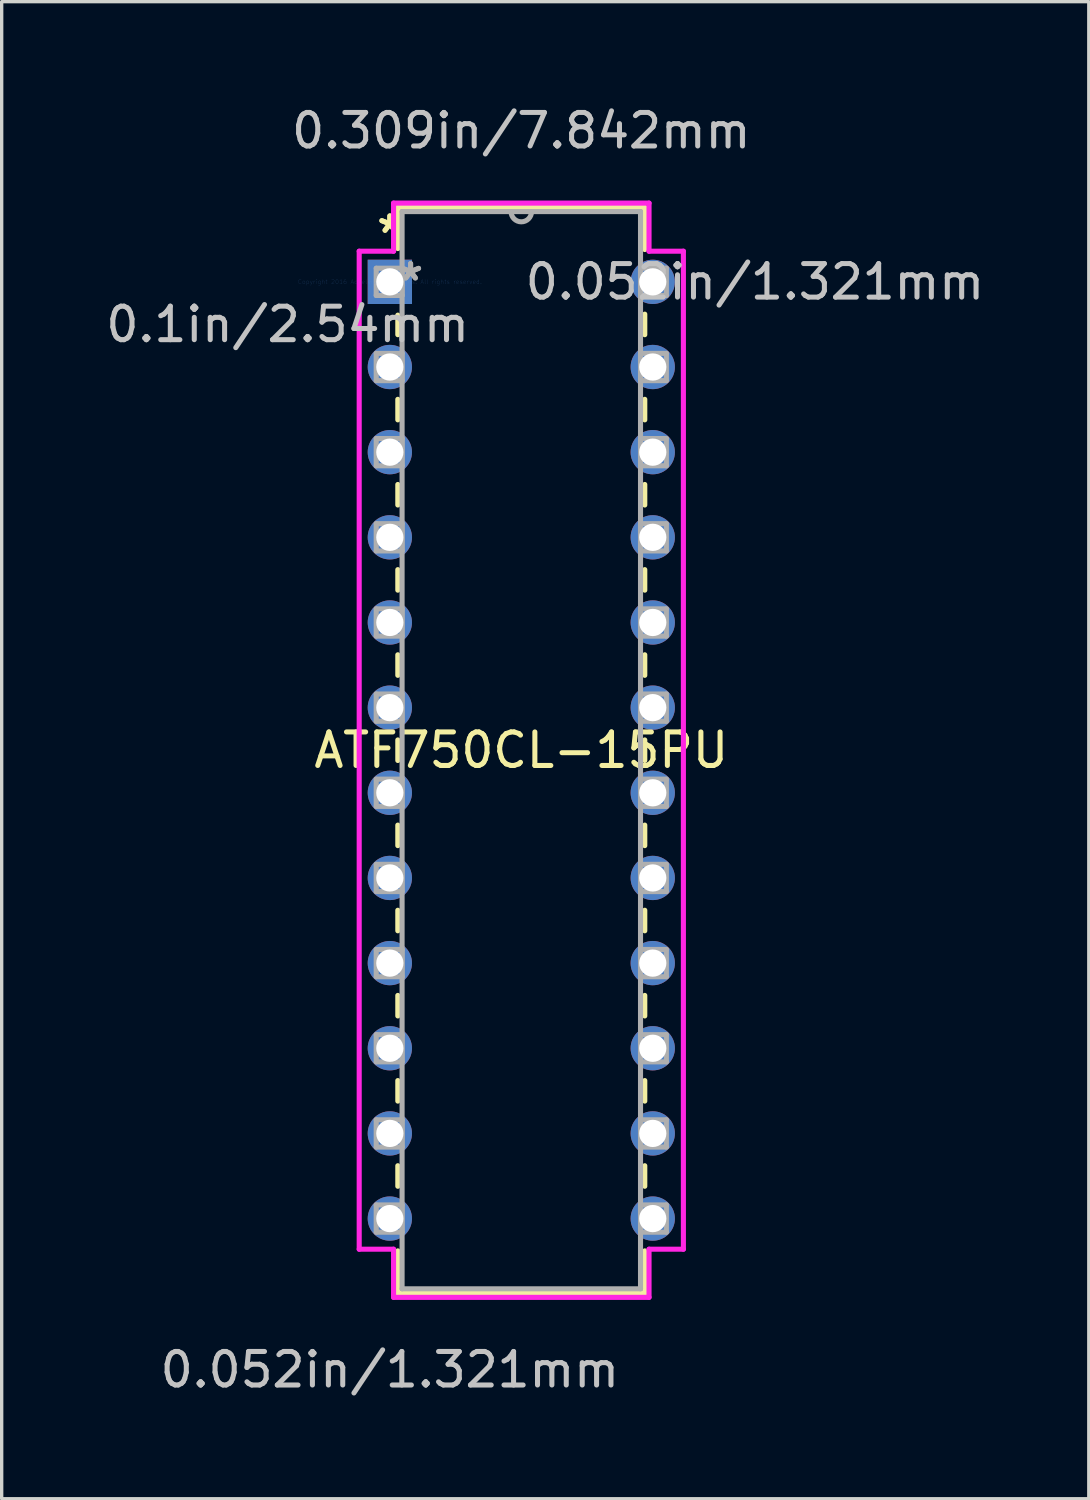
<source format=kicad_pcb>
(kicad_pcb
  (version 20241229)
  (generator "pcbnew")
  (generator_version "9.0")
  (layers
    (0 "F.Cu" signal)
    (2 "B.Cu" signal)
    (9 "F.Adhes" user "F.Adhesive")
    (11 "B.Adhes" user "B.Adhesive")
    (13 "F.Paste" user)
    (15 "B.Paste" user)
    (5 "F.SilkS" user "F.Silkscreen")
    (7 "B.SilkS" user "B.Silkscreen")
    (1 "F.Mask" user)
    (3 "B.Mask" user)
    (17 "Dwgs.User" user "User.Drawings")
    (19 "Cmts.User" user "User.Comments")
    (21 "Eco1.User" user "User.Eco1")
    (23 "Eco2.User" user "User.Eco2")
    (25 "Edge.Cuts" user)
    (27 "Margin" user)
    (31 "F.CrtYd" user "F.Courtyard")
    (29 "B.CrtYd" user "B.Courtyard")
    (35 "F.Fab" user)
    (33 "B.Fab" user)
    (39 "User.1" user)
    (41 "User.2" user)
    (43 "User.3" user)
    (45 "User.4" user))
  (footprint "ATF750CL-15PU"
    (layer "F.Cu")
    (at 8.578 5.357)
    (property "Reference" "ATF750CL-15PU" (at 3.921 13.97 0) (layer "F.SilkS") (effects (font (size 1 1) (thickness 0.15))))
    (attr through_hole)
    (fp_line (start 0.238 -2.223) (end 0.238 -0.993) (stroke (width 0.152) (type solid)) (layer "F.SilkS"))
    (fp_line (start 0.238 0.993) (end 0.238 1.576) (stroke (width 0.152) (type solid)) (layer "F.SilkS"))
    (fp_line (start 0.238 3.504) (end 0.238 4.116) (stroke (width 0.152) (type solid)) (layer "F.SilkS"))
    (fp_line (start 0.238 6.044) (end 0.238 6.656) (stroke (width 0.152) (type solid)) (layer "F.SilkS"))
    (fp_line (start 0.238 8.584) (end 0.238 9.196) (stroke (width 0.152) (type solid)) (layer "F.SilkS"))
    (fp_line (start 0.238 11.124) (end 0.238 11.736) (stroke (width 0.152) (type solid)) (layer "F.SilkS"))
    (fp_line (start 0.238 13.664) (end 0.238 14.276) (stroke (width 0.152) (type solid)) (layer "F.SilkS"))
    (fp_line (start 0.238 16.204) (end 0.238 16.816) (stroke (width 0.152) (type solid)) (layer "F.SilkS"))
    (fp_line (start 0.238 18.744) (end 0.238 19.356) (stroke (width 0.152) (type solid)) (layer "F.SilkS"))
    (fp_line (start 0.238 21.284) (end 0.238 21.896) (stroke (width 0.152) (type solid)) (layer "F.SilkS"))
    (fp_line (start 0.238 23.824) (end 0.238 24.436) (stroke (width 0.152) (type solid)) (layer "F.SilkS"))
    (fp_line (start 0.238 26.364) (end 0.238 26.976) (stroke (width 0.152) (type solid)) (layer "F.SilkS"))
    (fp_line (start 0.238 28.904) (end 0.238 30.163) (stroke (width 0.152) (type solid)) (layer "F.SilkS"))
    (fp_line (start 0.238 30.163) (end 7.604 30.163) (stroke (width 0.152) (type solid)) (layer "F.SilkS"))
    (fp_line (start 7.604 -2.223) (end 0.238 -2.223) (stroke (width 0.152) (type solid)) (layer "F.SilkS"))
    (fp_line (start 7.604 -0.964) (end 7.604 -2.223) (stroke (width 0.152) (type solid)) (layer "F.SilkS"))
    (fp_line (start 7.604 1.576) (end 7.604 0.964) (stroke (width 0.152) (type solid)) (layer "F.SilkS"))
    (fp_line (start 7.604 4.116) (end 7.604 3.504) (stroke (width 0.152) (type solid)) (layer "F.SilkS"))
    (fp_line (start 7.604 6.656) (end 7.604 6.044) (stroke (width 0.152) (type solid)) (layer "F.SilkS"))
    (fp_line (start 7.604 9.196) (end 7.604 8.584) (stroke (width 0.152) (type solid)) (layer "F.SilkS"))
    (fp_line (start 7.604 11.736) (end 7.604 11.124) (stroke (width 0.152) (type solid)) (layer "F.SilkS"))
    (fp_line (start 7.604 14.276) (end 7.604 13.664) (stroke (width 0.152) (type solid)) (layer "F.SilkS"))
    (fp_line (start 7.604 16.816) (end 7.604 16.204) (stroke (width 0.152) (type solid)) (layer "F.SilkS"))
    (fp_line (start 7.604 19.356) (end 7.604 18.744) (stroke (width 0.152) (type solid)) (layer "F.SilkS"))
    (fp_line (start 7.604 21.896) (end 7.604 21.284) (stroke (width 0.152) (type solid)) (layer "F.SilkS"))
    (fp_line (start 7.604 24.436) (end 7.604 23.824) (stroke (width 0.152) (type solid)) (layer "F.SilkS"))
    (fp_line (start 7.604 26.976) (end 7.604 26.364) (stroke (width 0.152) (type solid)) (layer "F.SilkS"))
    (fp_line (start 7.604 30.163) (end 7.604 28.904) (stroke (width 0.152) (type solid)) (layer "F.SilkS"))
    (fp_line (start -0.914 -0.914) (end -0.914 28.854) (stroke (width 0.152) (type solid)) (layer "F.CrtYd"))
    (fp_line (start -0.914 28.854) (end 0.111 28.854) (stroke (width 0.152) (type solid)) (layer "F.CrtYd"))
    (fp_line (start 0.111 -2.349) (end 0.111 -0.914) (stroke (width 0.152) (type solid)) (layer "F.CrtYd"))
    (fp_line (start 0.111 -0.914) (end -0.914 -0.914) (stroke (width 0.152) (type solid)) (layer "F.CrtYd"))
    (fp_line (start 0.111 28.854) (end 0.111 30.29) (stroke (width 0.152) (type solid)) (layer "F.CrtYd"))
    (fp_line (start 0.111 30.29) (end 7.731 30.29) (stroke (width 0.152) (type solid)) (layer "F.CrtYd"))
    (fp_line (start 7.731 -2.349) (end 0.111 -2.349) (stroke (width 0.152) (type solid)) (layer "F.CrtYd"))
    (fp_line (start 7.731 -0.914) (end 7.731 -2.349) (stroke (width 0.152) (type solid)) (layer "F.CrtYd"))
    (fp_line (start 7.731 28.854) (end 8.756 28.854) (stroke (width 0.152) (type solid)) (layer "F.CrtYd"))
    (fp_line (start 7.731 30.29) (end 7.731 28.854) (stroke (width 0.152) (type solid)) (layer "F.CrtYd"))
    (fp_line (start 8.756 -0.914) (end 7.731 -0.914) (stroke (width 0.152) (type solid)) (layer "F.CrtYd"))
    (fp_line (start 8.756 28.854) (end 8.756 -0.914) (stroke (width 0.152) (type solid)) (layer "F.CrtYd"))
    (fp_line (start -0.406 -0.406) (end -0.406 0.406) (stroke (width 0.152) (type solid)) (layer "F.Fab"))
    (fp_line (start -0.406 0.406) (end 0.365 0.406) (stroke (width 0.152) (type solid)) (layer "F.Fab"))
    (fp_line (start -0.406 2.134) (end -0.406 2.946) (stroke (width 0.152) (type solid)) (layer "F.Fab"))
    (fp_line (start -0.406 2.946) (end 0.365 2.946) (stroke (width 0.152) (type solid)) (layer "F.Fab"))
    (fp_line (start -0.406 4.674) (end -0.406 5.486) (stroke (width 0.152) (type solid)) (layer "F.Fab"))
    (fp_line (start -0.406 5.486) (end 0.365 5.486) (stroke (width 0.152) (type solid)) (layer "F.Fab"))
    (fp_line (start -0.406 7.214) (end -0.406 8.026) (stroke (width 0.152) (type solid)) (layer "F.Fab"))
    (fp_line (start -0.406 8.026) (end 0.365 8.026) (stroke (width 0.152) (type solid)) (layer "F.Fab"))
    (fp_line (start -0.406 9.754) (end -0.406 10.566) (stroke (width 0.152) (type solid)) (layer "F.Fab"))
    (fp_line (start -0.406 10.566) (end 0.365 10.566) (stroke (width 0.152) (type solid)) (layer "F.Fab"))
    (fp_line (start -0.406 12.294) (end -0.406 13.106) (stroke (width 0.152) (type solid)) (layer "F.Fab"))
    (fp_line (start -0.406 13.106) (end 0.365 13.106) (stroke (width 0.152) (type solid)) (layer "F.Fab"))
    (fp_line (start -0.406 14.834) (end -0.406 15.646) (stroke (width 0.152) (type solid)) (layer "F.Fab"))
    (fp_line (start -0.406 15.646) (end 0.365 15.646) (stroke (width 0.152) (type solid)) (layer "F.Fab"))
    (fp_line (start -0.406 17.374) (end -0.406 18.186) (stroke (width 0.152) (type solid)) (layer "F.Fab"))
    (fp_line (start -0.406 18.186) (end 0.365 18.186) (stroke (width 0.152) (type solid)) (layer "F.Fab"))
    (fp_line (start -0.406 19.914) (end -0.406 20.726) (stroke (width 0.152) (type solid)) (layer "F.Fab"))
    (fp_line (start -0.406 20.726) (end 0.365 20.726) (stroke (width 0.152) (type solid)) (layer "F.Fab"))
    (fp_line (start -0.406 22.454) (end -0.406 23.266) (stroke (width 0.152) (type solid)) (layer "F.Fab"))
    (fp_line (start -0.406 23.266) (end 0.365 23.266) (stroke (width 0.152) (type solid)) (layer "F.Fab"))
    (fp_line (start -0.406 24.994) (end -0.406 25.806) (stroke (width 0.152) (type solid)) (layer "F.Fab"))
    (fp_line (start -0.406 25.806) (end 0.365 25.806) (stroke (width 0.152) (type solid)) (layer "F.Fab"))
    (fp_line (start -0.406 27.534) (end -0.406 28.346) (stroke (width 0.152) (type solid)) (layer "F.Fab"))
    (fp_line (start -0.406 28.346) (end 0.365 28.346) (stroke (width 0.152) (type solid)) (layer "F.Fab"))
    (fp_line (start 0.365 -2.095) (end 0.365 30.035) (stroke (width 0.152) (type solid)) (layer "F.Fab"))
    (fp_line (start 0.365 -0.406) (end -0.406 -0.406) (stroke (width 0.152) (type solid)) (layer "F.Fab"))
    (fp_line (start 0.365 0.406) (end 0.365 -0.406) (stroke (width 0.152) (type solid)) (layer "F.Fab"))
    (fp_line (start 0.365 2.134) (end -0.406 2.134) (stroke (width 0.152) (type solid)) (layer "F.Fab"))
    (fp_line (start 0.365 2.946) (end 0.365 2.134) (stroke (width 0.152) (type solid)) (layer "F.Fab"))
    (fp_line (start 0.365 4.674) (end -0.406 4.674) (stroke (width 0.152) (type solid)) (layer "F.Fab"))
    (fp_line (start 0.365 5.486) (end 0.365 4.674) (stroke (width 0.152) (type solid)) (layer "F.Fab"))
    (fp_line (start 0.365 7.214) (end -0.406 7.214) (stroke (width 0.152) (type solid)) (layer "F.Fab"))
    (fp_line (start 0.365 8.026) (end 0.365 7.214) (stroke (width 0.152) (type solid)) (layer "F.Fab"))
    (fp_line (start 0.365 9.754) (end -0.406 9.754) (stroke (width 0.152) (type solid)) (layer "F.Fab"))
    (fp_line (start 0.365 10.566) (end 0.365 9.754) (stroke (width 0.152) (type solid)) (layer "F.Fab"))
    (fp_line (start 0.365 12.294) (end -0.406 12.294) (stroke (width 0.152) (type solid)) (layer "F.Fab"))
    (fp_line (start 0.365 13.106) (end 0.365 12.294) (stroke (width 0.152) (type solid)) (layer "F.Fab"))
    (fp_line (start 0.365 14.834) (end -0.406 14.834) (stroke (width 0.152) (type solid)) (layer "F.Fab"))
    (fp_line (start 0.365 15.646) (end 0.365 14.834) (stroke (width 0.152) (type solid)) (layer "F.Fab"))
    (fp_line (start 0.365 17.374) (end -0.406 17.374) (stroke (width 0.152) (type solid)) (layer "F.Fab"))
    (fp_line (start 0.365 18.186) (end 0.365 17.374) (stroke (width 0.152) (type solid)) (layer "F.Fab"))
    (fp_line (start 0.365 19.914) (end -0.406 19.914) (stroke (width 0.152) (type solid)) (layer "F.Fab"))
    (fp_line (start 0.365 20.726) (end 0.365 19.914) (stroke (width 0.152) (type solid)) (layer "F.Fab"))
    (fp_line (start 0.365 22.454) (end -0.406 22.454) (stroke (width 0.152) (type solid)) (layer "F.Fab"))
    (fp_line (start 0.365 23.266) (end 0.365 22.454) (stroke (width 0.152) (type solid)) (layer "F.Fab"))
    (fp_line (start 0.365 24.994) (end -0.406 24.994) (stroke (width 0.152) (type solid)) (layer "F.Fab"))
    (fp_line (start 0.365 25.806) (end 0.365 24.994) (stroke (width 0.152) (type solid)) (layer "F.Fab"))
    (fp_line (start 0.365 27.534) (end -0.406 27.534) (stroke (width 0.152) (type solid)) (layer "F.Fab"))
    (fp_line (start 0.365 28.346) (end 0.365 27.534) (stroke (width 0.152) (type solid)) (layer "F.Fab"))
    (fp_line (start 0.365 30.035) (end 7.477 30.035) (stroke (width 0.152) (type solid)) (layer "F.Fab"))
    (fp_line (start 7.477 -2.095) (end 0.365 -2.095) (stroke (width 0.152) (type solid)) (layer "F.Fab"))
    (fp_line (start 7.477 -0.406) (end 7.477 0.406) (stroke (width 0.152) (type solid)) (layer "F.Fab"))
    (fp_line (start 7.477 0.406) (end 8.248 0.406) (stroke (width 0.152) (type solid)) (layer "F.Fab"))
    (fp_line (start 7.477 2.134) (end 7.477 2.946) (stroke (width 0.152) (type solid)) (layer "F.Fab"))
    (fp_line (start 7.477 2.946) (end 8.248 2.946) (stroke (width 0.152) (type solid)) (layer "F.Fab"))
    (fp_line (start 7.477 4.674) (end 7.477 5.486) (stroke (width 0.152) (type solid)) (layer "F.Fab"))
    (fp_line (start 7.477 5.486) (end 8.248 5.486) (stroke (width 0.152) (type solid)) (layer "F.Fab"))
    (fp_line (start 7.477 7.214) (end 7.477 8.026) (stroke (width 0.152) (type solid)) (layer "F.Fab"))
    (fp_line (start 7.477 8.026) (end 8.248 8.026) (stroke (width 0.152) (type solid)) (layer "F.Fab"))
    (fp_line (start 7.477 9.754) (end 7.477 10.566) (stroke (width 0.152) (type solid)) (layer "F.Fab"))
    (fp_line (start 7.477 10.566) (end 8.248 10.566) (stroke (width 0.152) (type solid)) (layer "F.Fab"))
    (fp_line (start 7.477 12.294) (end 7.477 13.106) (stroke (width 0.152) (type solid)) (layer "F.Fab"))
    (fp_line (start 7.477 13.106) (end 8.248 13.106) (stroke (width 0.152) (type solid)) (layer "F.Fab"))
    (fp_line (start 7.477 14.834) (end 7.477 15.646) (stroke (width 0.152) (type solid)) (layer "F.Fab"))
    (fp_line (start 7.477 15.646) (end 8.248 15.646) (stroke (width 0.152) (type solid)) (layer "F.Fab"))
    (fp_line (start 7.477 17.374) (end 7.477 18.186) (stroke (width 0.152) (type solid)) (layer "F.Fab"))
    (fp_line (start 7.477 18.186) (end 8.248 18.186) (stroke (width 0.152) (type solid)) (layer "F.Fab"))
    (fp_line (start 7.477 19.914) (end 7.477 20.726) (stroke (width 0.152) (type solid)) (layer "F.Fab"))
    (fp_line (start 7.477 20.726) (end 8.248 20.726) (stroke (width 0.152) (type solid)) (layer "F.Fab"))
    (fp_line (start 7.477 22.454) (end 7.477 23.266) (stroke (width 0.152) (type solid)) (layer "F.Fab"))
    (fp_line (start 7.477 23.266) (end 8.248 23.266) (stroke (width 0.152) (type solid)) (layer "F.Fab"))
    (fp_line (start 7.477 24.994) (end 7.477 25.806) (stroke (width 0.152) (type solid)) (layer "F.Fab"))
    (fp_line (start 7.477 25.806) (end 8.248 25.806) (stroke (width 0.152) (type solid)) (layer "F.Fab"))
    (fp_line (start 7.477 27.534) (end 7.477 28.346) (stroke (width 0.152) (type solid)) (layer "F.Fab"))
    (fp_line (start 7.477 28.346) (end 8.248 28.346) (stroke (width 0.152) (type solid)) (layer "F.Fab"))
    (fp_line (start 7.477 30.035) (end 7.477 -2.095) (stroke (width 0.152) (type solid)) (layer "F.Fab"))
    (fp_line (start 8.248 -0.406) (end 7.477 -0.406) (stroke (width 0.152) (type solid)) (layer "F.Fab"))
    (fp_line (start 8.248 0.406) (end 8.248 -0.406) (stroke (width 0.152) (type solid)) (layer "F.Fab"))
    (fp_line (start 8.248 2.134) (end 7.477 2.134) (stroke (width 0.152) (type solid)) (layer "F.Fab"))
    (fp_line (start 8.248 2.946) (end 8.248 2.134) (stroke (width 0.152) (type solid)) (layer "F.Fab"))
    (fp_line (start 8.248 4.674) (end 7.477 4.674) (stroke (width 0.152) (type solid)) (layer "F.Fab"))
    (fp_line (start 8.248 5.486) (end 8.248 4.674) (stroke (width 0.152) (type solid)) (layer "F.Fab"))
    (fp_line (start 8.248 7.214) (end 7.477 7.214) (stroke (width 0.152) (type solid)) (layer "F.Fab"))
    (fp_line (start 8.248 8.026) (end 8.248 7.214) (stroke (width 0.152) (type solid)) (layer "F.Fab"))
    (fp_line (start 8.248 9.754) (end 7.477 9.754) (stroke (width 0.152) (type solid)) (layer "F.Fab"))
    (fp_line (start 8.248 10.566) (end 8.248 9.754) (stroke (width 0.152) (type solid)) (layer "F.Fab"))
    (fp_line (start 8.248 12.294) (end 7.477 12.294) (stroke (width 0.152) (type solid)) (layer "F.Fab"))
    (fp_line (start 8.248 13.106) (end 8.248 12.294) (stroke (width 0.152) (type solid)) (layer "F.Fab"))
    (fp_line (start 8.248 14.834) (end 7.477 14.834) (stroke (width 0.152) (type solid)) (layer "F.Fab"))
    (fp_line (start 8.248 15.646) (end 8.248 14.834) (stroke (width 0.152) (type solid)) (layer "F.Fab"))
    (fp_line (start 8.248 17.374) (end 7.477 17.374) (stroke (width 0.152) (type solid)) (layer "F.Fab"))
    (fp_line (start 8.248 18.186) (end 8.248 17.374) (stroke (width 0.152) (type solid)) (layer "F.Fab"))
    (fp_line (start 8.248 19.914) (end 7.477 19.914) (stroke (width 0.152) (type solid)) (layer "F.Fab"))
    (fp_line (start 8.248 20.726) (end 8.248 19.914) (stroke (width 0.152) (type solid)) (layer "F.Fab"))
    (fp_line (start 8.248 22.454) (end 7.477 22.454) (stroke (width 0.152) (type solid)) (layer "F.Fab"))
    (fp_line (start 8.248 23.266) (end 8.248 22.454) (stroke (width 0.152) (type solid)) (layer "F.Fab"))
    (fp_line (start 8.248 24.994) (end 7.477 24.994) (stroke (width 0.152) (type solid)) (layer "F.Fab"))
    (fp_line (start 8.248 25.806) (end 8.248 24.994) (stroke (width 0.152) (type solid)) (layer "F.Fab"))
    (fp_line (start 8.248 27.534) (end 7.477 27.534) (stroke (width 0.152) (type solid)) (layer "F.Fab"))
    (fp_line (start 8.248 28.346) (end 8.248 27.534) (stroke (width 0.152) (type solid)) (layer "F.Fab"))
    (fp_arc (start 4.225801 -2.0955) (mid 3.921001 -1.7907) (end 3.616201 -2.0955) (stroke (width 0.1524) (type solid)) (layer "F.Fab"))
    (fp_text user "*" (at 0 -1.422 0) (layer "F.SilkS") (effects (font (size 1 1) (thickness 0.15))))
    (fp_text user "*" (at 0 -1.422 0) (layer "F.SilkS") (effects (font (size 1 1) (thickness 0.15))))
    (fp_text user "0.052in/1.321mm" (at 0 32.449 0) (layer "Dwgs.User") (effects (font (size 1 1) (thickness 0.15))))
    (fp_text user "0.309in/7.842mm" (at 3.921 -4.508 0) (layer "Dwgs.User") (effects (font (size 1 1) (thickness 0.15))))
    (fp_text user "0.052in/1.321mm" (at 10.89 0 0) (layer "Dwgs.User") (effects (font (size 1 1) (thickness 0.15))))
    (fp_text user "0.1in/2.54mm" (at -3.048 1.27 0) (layer "Dwgs.User") (effects (font (size 1 1) (thickness 0.15))))
    (fp_text user "Copyright 2016 Accelerated Designs. All rights reserved." (at 0 0 0) (layer "Cmts.User") (effects (font (size 0.127 0.127) (thickness 0.002))))
    (fp_text user "*" (at 0.619 0 0) (layer "F.Fab") (effects (font (size 1 1) (thickness 0.15))))
    (fp_text user "*" (at 0.619 0 0) (layer "F.Fab") (effects (font (size 1 1) (thickness 0.15))))
    (pad "1" thru_hole rect (at 0 0) (size 1.321 1.321) (drill 0.813) (layers "*.Cu" "*.Mask"))
    (pad "2" thru_hole circle (at 0 2.54) (size 1.321 1.321) (drill 0.813) (layers "*.Cu" "*.Mask"))
    (pad "3" thru_hole circle (at 0 5.08) (size 1.321 1.321) (drill 0.813) (layers "*.Cu" "*.Mask"))
    (pad "4" thru_hole circle (at 0 7.62) (size 1.321 1.321) (drill 0.813) (layers "*.Cu" "*.Mask"))
    (pad "5" thru_hole circle (at 0 10.16) (size 1.321 1.321) (drill 0.813) (layers "*.Cu" "*.Mask"))
    (pad "6" thru_hole circle (at 0 12.7) (size 1.321 1.321) (drill 0.813) (layers "*.Cu" "*.Mask"))
    (pad "7" thru_hole circle (at 0 15.24) (size 1.321 1.321) (drill 0.813) (layers "*.Cu" "*.Mask"))
    (pad "8" thru_hole circle (at 0 17.78) (size 1.321 1.321) (drill 0.813) (layers "*.Cu" "*.Mask"))
    (pad "9" thru_hole circle (at 0 20.32) (size 1.321 1.321) (drill 0.813) (layers "*.Cu" "*.Mask"))
    (pad "10" thru_hole circle (at 0 22.86) (size 1.321 1.321) (drill 0.813) (layers "*.Cu" "*.Mask"))
    (pad "11" thru_hole circle (at 0 25.4) (size 1.321 1.321) (drill 0.813) (layers "*.Cu" "*.Mask"))
    (pad "12" thru_hole circle (at 0 27.94) (size 1.321 1.321) (drill 0.813) (layers "*.Cu" "*.Mask"))
    (pad "13" thru_hole circle (at 7.842 27.94) (size 1.321 1.321) (drill 0.813) (layers "*.Cu" "*.Mask"))
    (pad "14" thru_hole circle (at 7.842 25.4) (size 1.321 1.321) (drill 0.813) (layers "*.Cu" "*.Mask"))
    (pad "15" thru_hole circle (at 7.842 22.86) (size 1.321 1.321) (drill 0.813) (layers "*.Cu" "*.Mask"))
    (pad "16" thru_hole circle (at 7.842 20.32) (size 1.321 1.321) (drill 0.813) (layers "*.Cu" "*.Mask"))
    (pad "17" thru_hole circle (at 7.842 17.78) (size 1.321 1.321) (drill 0.813) (layers "*.Cu" "*.Mask"))
    (pad "18" thru_hole circle (at 7.842 15.24) (size 1.321 1.321) (drill 0.813) (layers "*.Cu" "*.Mask"))
    (pad "19" thru_hole circle (at 7.842 12.7) (size 1.321 1.321) (drill 0.813) (layers "*.Cu" "*.Mask"))
    (pad "20" thru_hole circle (at 7.842 10.16) (size 1.321 1.321) (drill 0.813) (layers "*.Cu" "*.Mask"))
    (pad "21" thru_hole circle (at 7.842 7.62) (size 1.321 1.321) (drill 0.813) (layers "*.Cu" "*.Mask"))
    (pad "22" thru_hole circle (at 7.842 5.08) (size 1.321 1.321) (drill 0.813) (layers "*.Cu" "*.Mask"))
    (pad "23" thru_hole circle (at 7.842 2.54) (size 1.321 1.321) (drill 0.813) (layers "*.Cu" "*.Mask"))
    (pad "24" thru_hole circle (at 7.842 0) (size 1.321 1.321) (drill 0.813) (layers "*.Cu" "*.Mask")))
  (gr_rect
    (start -3 -3)
    (end 29.426 41.654)
    (stroke (width 0.1) (type default))
    (fill no)
    (layer "Edge.Cuts")))
</source>
